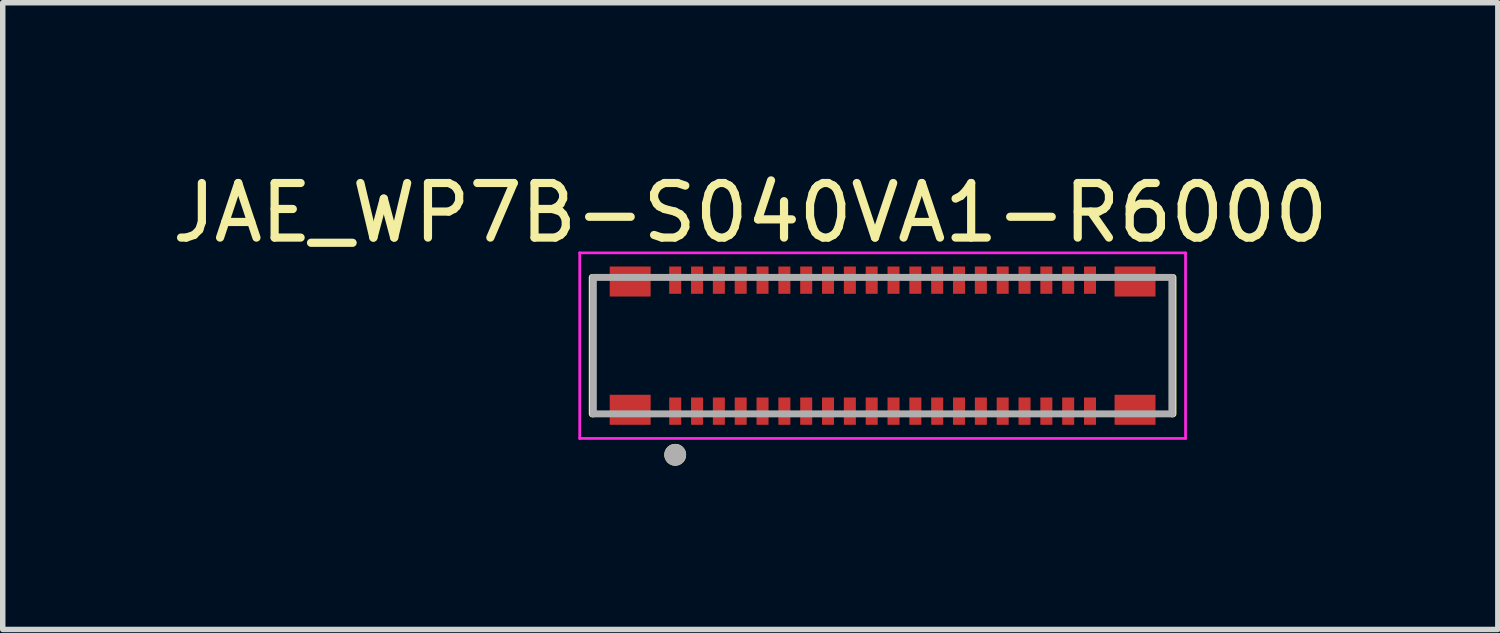
<source format=kicad_pcb>
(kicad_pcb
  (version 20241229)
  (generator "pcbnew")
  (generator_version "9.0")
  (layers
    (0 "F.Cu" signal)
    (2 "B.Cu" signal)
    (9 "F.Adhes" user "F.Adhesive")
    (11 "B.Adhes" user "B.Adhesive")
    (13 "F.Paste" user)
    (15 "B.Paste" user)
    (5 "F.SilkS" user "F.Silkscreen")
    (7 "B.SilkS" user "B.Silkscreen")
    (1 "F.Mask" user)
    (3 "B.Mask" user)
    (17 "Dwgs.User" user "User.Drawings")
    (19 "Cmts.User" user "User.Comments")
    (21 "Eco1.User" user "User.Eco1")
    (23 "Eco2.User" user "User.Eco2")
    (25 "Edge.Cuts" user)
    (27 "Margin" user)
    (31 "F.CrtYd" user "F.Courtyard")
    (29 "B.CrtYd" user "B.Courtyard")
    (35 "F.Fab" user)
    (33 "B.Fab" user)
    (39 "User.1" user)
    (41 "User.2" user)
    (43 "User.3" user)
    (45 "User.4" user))
  (footprint "JAE_WP7B-S040VA1-R6000"
    (layer "F.Cu")
    (at 13.121 3.283)
    (property "Reference" "JAE_WP7B-S040VA1-R6000" (at -2.425 -2.435 0) (layer "F.SilkS") (effects (font (size 1 1) (thickness 0.15))))
    (attr smd)
    (fp_line (start -5.32 -1.25) (end -5.32 1.25) (stroke (width 0.127) (type solid)) (layer "F.SilkS"))
    (fp_line (start 5.32 -1.25) (end 5.32 1.25) (stroke (width 0.127) (type solid)) (layer "F.SilkS"))
    (fp_circle (center -3.8 2) (end -3.7 2) (stroke (width 0.2) (type solid)) (fill no) (layer "F.SilkS"))
    (fp_line (start -5.55 -1.7) (end 5.55 -1.7) (stroke (width 0.05) (type solid)) (layer "F.CrtYd"))
    (fp_line (start -5.55 1.7) (end -5.55 -1.7) (stroke (width 0.05) (type solid)) (layer "F.CrtYd"))
    (fp_line (start 5.55 -1.7) (end 5.55 1.7) (stroke (width 0.05) (type solid)) (layer "F.CrtYd"))
    (fp_line (start 5.55 1.7) (end -5.55 1.7) (stroke (width 0.05) (type solid)) (layer "F.CrtYd"))
    (fp_line (start -5.3 -1.25) (end 5.3 -1.25) (stroke (width 0.127) (type solid)) (layer "F.Fab"))
    (fp_line (start -5.3 1.25) (end -5.3 -1.25) (stroke (width 0.127) (type solid)) (layer "F.Fab"))
    (fp_line (start 5.3 -1.25) (end 5.3 1.25) (stroke (width 0.127) (type solid)) (layer "F.Fab"))
    (fp_line (start 5.3 1.25) (end -5.3 1.25) (stroke (width 0.127) (type solid)) (layer "F.Fab"))
    (fp_circle (center -3.8 2) (end -3.7 2) (stroke (width 0.2) (type solid)) (fill no) (layer "F.Fab"))
    (pad "1" smd rect (at -3.8 1.2) (size 0.22 0.5) (layers "F.Cu" "F.Mask" "F.Paste"))
    (pad "2" smd rect (at -3.8 -1.2) (size 0.22 0.5) (layers "F.Cu" "F.Mask" "F.Paste"))
    (pad "3" smd rect (at -3.4 1.2) (size 0.22 0.5) (layers "F.Cu" "F.Mask" "F.Paste"))
    (pad "4" smd rect (at -3.4 -1.2) (size 0.22 0.5) (layers "F.Cu" "F.Mask" "F.Paste"))
    (pad "5" smd rect (at -3 1.2) (size 0.22 0.5) (layers "F.Cu" "F.Mask" "F.Paste"))
    (pad "6" smd rect (at -3 -1.2) (size 0.22 0.5) (layers "F.Cu" "F.Mask" "F.Paste"))
    (pad "7" smd rect (at -2.6 1.2) (size 0.22 0.5) (layers "F.Cu" "F.Mask" "F.Paste"))
    (pad "8" smd rect (at -2.6 -1.2) (size 0.22 0.5) (layers "F.Cu" "F.Mask" "F.Paste"))
    (pad "9" smd rect (at -2.2 1.2) (size 0.22 0.5) (layers "F.Cu" "F.Mask" "F.Paste"))
    (pad "10" smd rect (at -2.2 -1.2) (size 0.22 0.5) (layers "F.Cu" "F.Mask" "F.Paste"))
    (pad "11" smd rect (at -1.8 1.2) (size 0.22 0.5) (layers "F.Cu" "F.Mask" "F.Paste"))
    (pad "12" smd rect (at -1.8 -1.2) (size 0.22 0.5) (layers "F.Cu" "F.Mask" "F.Paste"))
    (pad "13" smd rect (at -1.4 1.2) (size 0.22 0.5) (layers "F.Cu" "F.Mask" "F.Paste"))
    (pad "14" smd rect (at -1.4 -1.2) (size 0.22 0.5) (layers "F.Cu" "F.Mask" "F.Paste"))
    (pad "15" smd rect (at -1 1.2) (size 0.22 0.5) (layers "F.Cu" "F.Mask" "F.Paste"))
    (pad "16" smd rect (at -1 -1.2) (size 0.22 0.5) (layers "F.Cu" "F.Mask" "F.Paste"))
    (pad "17" smd rect (at -0.6 1.2) (size 0.22 0.5) (layers "F.Cu" "F.Mask" "F.Paste"))
    (pad "18" smd rect (at -0.6 -1.2) (size 0.22 0.5) (layers "F.Cu" "F.Mask" "F.Paste"))
    (pad "19" smd rect (at -0.2 1.2) (size 0.22 0.5) (layers "F.Cu" "F.Mask" "F.Paste"))
    (pad "20" smd rect (at -0.2 -1.2) (size 0.22 0.5) (layers "F.Cu" "F.Mask" "F.Paste"))
    (pad "21" smd rect (at 0.2 1.2) (size 0.22 0.5) (layers "F.Cu" "F.Mask" "F.Paste"))
    (pad "22" smd rect (at 0.2 -1.2) (size 0.22 0.5) (layers "F.Cu" "F.Mask" "F.Paste"))
    (pad "23" smd rect (at 0.6 1.2) (size 0.22 0.5) (layers "F.Cu" "F.Mask" "F.Paste"))
    (pad "24" smd rect (at 0.6 -1.2) (size 0.22 0.5) (layers "F.Cu" "F.Mask" "F.Paste"))
    (pad "25" smd rect (at 1 1.2) (size 0.22 0.5) (layers "F.Cu" "F.Mask" "F.Paste"))
    (pad "26" smd rect (at 1 -1.2) (size 0.22 0.5) (layers "F.Cu" "F.Mask" "F.Paste"))
    (pad "27" smd rect (at 1.4 1.2) (size 0.22 0.5) (layers "F.Cu" "F.Mask" "F.Paste"))
    (pad "28" smd rect (at 1.4 -1.2) (size 0.22 0.5) (layers "F.Cu" "F.Mask" "F.Paste"))
    (pad "29" smd rect (at 1.8 1.2) (size 0.22 0.5) (layers "F.Cu" "F.Mask" "F.Paste"))
    (pad "30" smd rect (at 1.8 -1.2) (size 0.22 0.5) (layers "F.Cu" "F.Mask" "F.Paste"))
    (pad "31" smd rect (at 2.2 1.2) (size 0.22 0.5) (layers "F.Cu" "F.Mask" "F.Paste"))
    (pad "32" smd rect (at 2.2 -1.2) (size 0.22 0.5) (layers "F.Cu" "F.Mask" "F.Paste"))
    (pad "33" smd rect (at 2.6 1.2) (size 0.22 0.5) (layers "F.Cu" "F.Mask" "F.Paste"))
    (pad "34" smd rect (at 2.6 -1.2) (size 0.22 0.5) (layers "F.Cu" "F.Mask" "F.Paste"))
    (pad "35" smd rect (at 3 1.2) (size 0.22 0.5) (layers "F.Cu" "F.Mask" "F.Paste"))
    (pad "36" smd rect (at 3 -1.2) (size 0.22 0.5) (layers "F.Cu" "F.Mask" "F.Paste"))
    (pad "37" smd rect (at 3.4 1.2) (size 0.22 0.5) (layers "F.Cu" "F.Mask" "F.Paste"))
    (pad "38" smd rect (at 3.4 -1.2) (size 0.22 0.5) (layers "F.Cu" "F.Mask" "F.Paste"))
    (pad "39" smd rect (at 3.8 1.2) (size 0.22 0.5) (layers "F.Cu" "F.Mask" "F.Paste"))
    (pad "40" smd rect (at 3.8 -1.2) (size 0.22 0.5) (layers "F.Cu" "F.Mask" "F.Paste"))
    (pad "S1" smd rect (at -4.625 -1.175) (size 0.75 0.55) (layers "F.Cu" "F.Mask" "F.Paste"))
    (pad "S2" smd rect (at -4.625 1.175) (size 0.75 0.55) (layers "F.Cu" "F.Mask" "F.Paste"))
    (pad "S3" smd rect (at 4.625 1.175) (size 0.75 0.55) (layers "F.Cu" "F.Mask" "F.Paste"))
    (pad "S4" smd rect (at 4.625 -1.175) (size 0.75 0.55) (layers "F.Cu" "F.Mask" "F.Paste"))
    (zone (net_name "") (layer "F.Cu") (hatch full 0.508) (connect_pads) (min_thickness 0.01) (filled_areas_thickness no) (keepout (tracks not_allowed) (vias not_allowed) (pads not_allowed) (copperpour not_allowed) (footprints allowed)) (placement (enabled no)) (fill) (polygon (pts (xy 8.921 2.433) (xy 17.321 2.433) (xy 17.321 4.133) (xy 8.921 4.133))))
    (zone (net_name "") (layers "F.Cu" "B.Cu") (hatch full 0.508) (connect_pads) (min_thickness 0.01) (filled_areas_thickness no) (keepout (tracks allowed) (vias not_allowed) (pads allowed) (copperpour allowed) (footprints allowed)) (placement (enabled no)) (fill) (polygon (pts (xy 8.921 2.433) (xy 17.321 2.433) (xy 17.321 4.133) (xy 8.921 4.133)))))
  (gr_rect
    (start -3 -3)
    (end 24.393 8.483)
    (stroke (width 0.1) (type default))
    (fill no)
    (layer "Edge.Cuts")))
</source>
